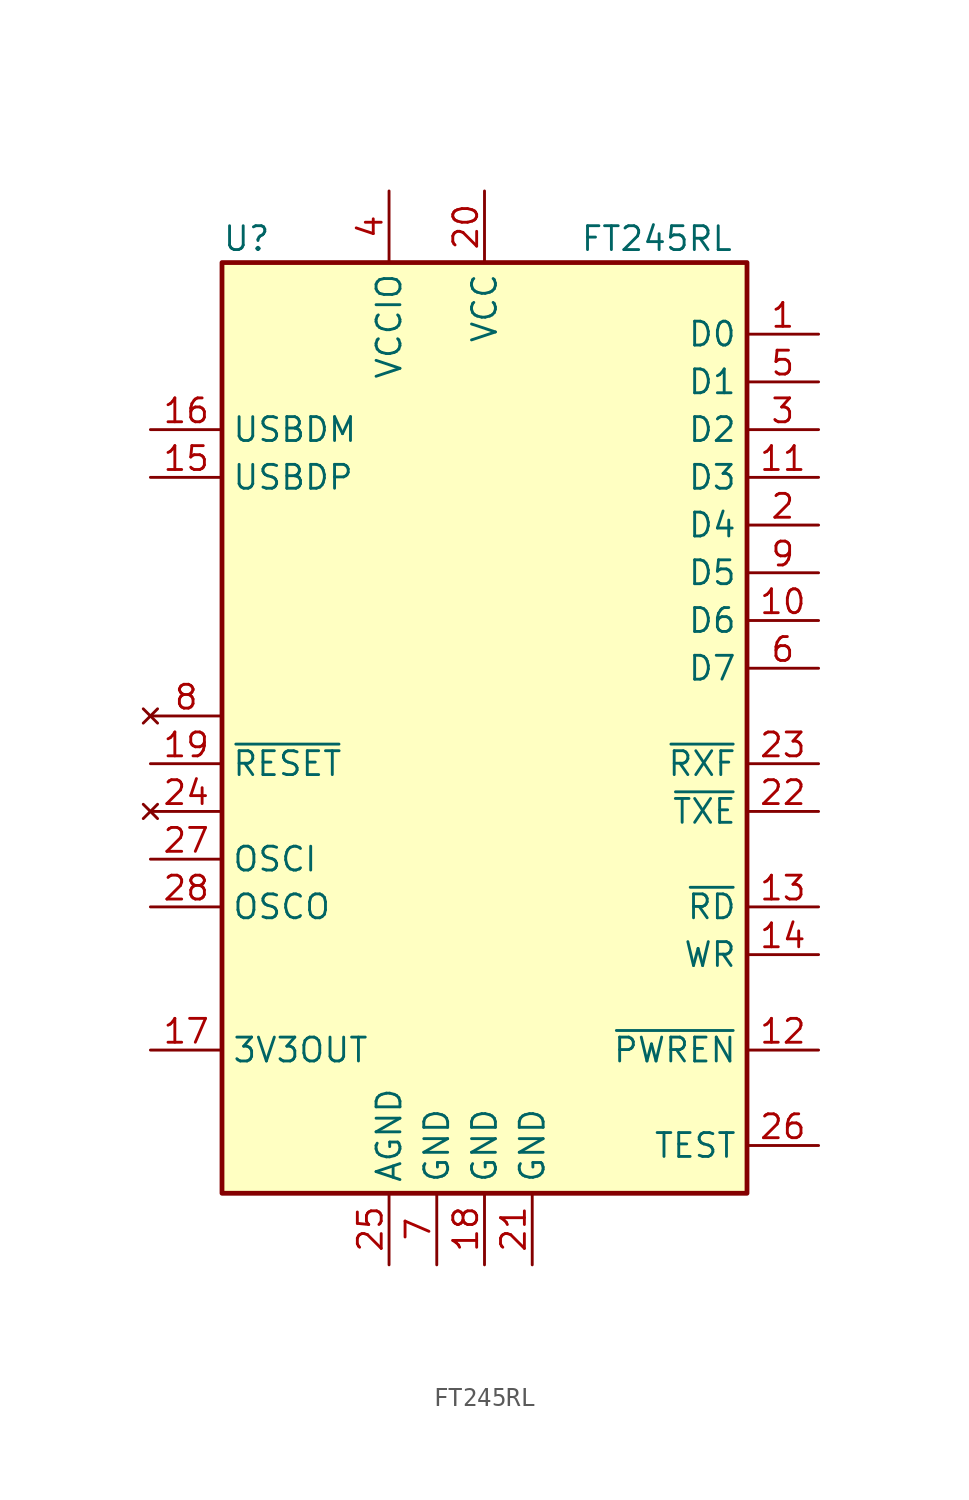
<source format=kicad_sym>
(kicad_symbol_lib
  (version 20241209)
  (generator "kicad_symbol_editor")
  (generator_version "9.0")
  (symbol "FT245RL"
    (property "Reference" "U"
      (at -13.97 27.94 0)
      (effects (font (size 1.27 1.27)) (justify left)))
    (property "Value" "FT245RL"
      (at 5.08 27.94 0)
      (effects (font (size 1.27 1.27)) (justify left)))
    (symbol "FT245RL_0_1"
      (rectangle (start -13.97 26.67) (end 13.97 -22.86) (stroke (width 0.254) (type default)) (fill (type background))))
    (symbol "FT245RL_1_1"
      (pin bidirectional line (at -17.78 17.78 0) (length 3.81) (name "USBDM" (effects (font (size 1.27 1.27)))) (number "16" (effects (font (size 1.27 1.27)))))
      (pin bidirectional line (at -17.78 15.24 0) (length 3.81) (name "USBDP" (effects (font (size 1.27 1.27)))) (number "15" (effects (font (size 1.27 1.27)))))
      (pin no_connect line (at -17.78 2.54 0) (length 3.81) (name "" (effects (font (size 1.27 1.27)))) (number "8" (effects (font (size 1.27 1.27)))))
      (pin input line (at -17.78 0 0) (length 3.81) (name "~{RESET}" (effects (font (size 1.27 1.27)))) (number "19" (effects (font (size 1.27 1.27)))))
      (pin no_connect line (at -17.78 -2.54 0) (length 3.81) (name "" (effects (font (size 1.27 1.27)))) (number "24" (effects (font (size 1.27 1.27)))))
      (pin input line (at -17.78 -5.08 0) (length 3.81) (name "OSCI" (effects (font (size 1.27 1.27)))) (number "27" (effects (font (size 1.27 1.27)))))
      (pin output line (at -17.78 -7.62 0) (length 3.81) (name "OSCO" (effects (font (size 1.27 1.27)))) (number "28" (effects (font (size 1.27 1.27)))))
      (pin power_out line (at -17.78 -15.24 0) (length 3.81) (name "3V3OUT" (effects (font (size 1.27 1.27)))) (number "17" (effects (font (size 1.27 1.27)))))
      (pin power_in line (at -5.08 30.48 270) (length 3.81) (name "VCCIO" (effects (font (size 1.27 1.27)))) (number "4" (effects (font (size 1.27 1.27)))))
      (pin power_in line (at -5.08 -26.67 90) (length 3.81) (name "AGND" (effects (font (size 1.27 1.27)))) (number "25" (effects (font (size 1.27 1.27)))))
      (pin power_in line (at -2.54 -26.67 90) (length 3.81) (name "GND" (effects (font (size 1.27 1.27)))) (number "7" (effects (font (size 1.27 1.27)))))
      (pin power_in line (at 0 30.48 270) (length 3.81) (name "VCC" (effects (font (size 1.27 1.27)))) (number "20" (effects (font (size 1.27 1.27)))))
      (pin power_in line (at 0 -26.67 90) (length 3.81) (name "GND" (effects (font (size 1.27 1.27)))) (number "18" (effects (font (size 1.27 1.27)))))
      (pin power_in line (at 2.54 -26.67 90) (length 3.81) (name "GND" (effects (font (size 1.27 1.27)))) (number "21" (effects (font (size 1.27 1.27)))))
      (pin bidirectional line (at 17.78 22.86 180) (length 3.81) (name "D0" (effects (font (size 1.27 1.27)))) (number "1" (effects (font (size 1.27 1.27)))))
      (pin bidirectional line (at 17.78 20.32 180) (length 3.81) (name "D1" (effects (font (size 1.27 1.27)))) (number "5" (effects (font (size 1.27 1.27)))))
      (pin bidirectional line (at 17.78 17.78 180) (length 3.81) (name "D2" (effects (font (size 1.27 1.27)))) (number "3" (effects (font (size 1.27 1.27)))))
      (pin bidirectional line (at 17.78 15.24 180) (length 3.81) (name "D3" (effects (font (size 1.27 1.27)))) (number "11" (effects (font (size 1.27 1.27)))))
      (pin bidirectional line (at 17.78 12.7 180) (length 3.81) (name "D4" (effects (font (size 1.27 1.27)))) (number "2" (effects (font (size 1.27 1.27)))))
      (pin bidirectional line (at 17.78 10.16 180) (length 3.81) (name "D5" (effects (font (size 1.27 1.27)))) (number "9" (effects (font (size 1.27 1.27)))))
      (pin bidirectional line (at 17.78 7.62 180) (length 3.81) (name "D6" (effects (font (size 1.27 1.27)))) (number "10" (effects (font (size 1.27 1.27)))))
      (pin bidirectional line (at 17.78 5.08 180) (length 3.81) (name "D7" (effects (font (size 1.27 1.27)))) (number "6" (effects (font (size 1.27 1.27)))))
      (pin output line (at 17.78 0 180) (length 3.81) (name "~{RXF}" (effects (font (size 1.27 1.27)))) (number "23" (effects (font (size 1.27 1.27)))))
      (pin output line (at 17.78 -2.54 180) (length 3.81) (name "~{TXE}" (effects (font (size 1.27 1.27)))) (number "22" (effects (font (size 1.27 1.27)))))
      (pin input line (at 17.78 -7.62 180) (length 3.81) (name "~{RD}" (effects (font (size 1.27 1.27)))) (number "13" (effects (font (size 1.27 1.27)))))
      (pin input line (at 17.78 -10.16 180) (length 3.81) (name "WR" (effects (font (size 1.27 1.27)))) (number "14" (effects (font (size 1.27 1.27)))))
      (pin output line (at 17.78 -15.24 180) (length 3.81) (name "~{PWREN}" (effects (font (size 1.27 1.27)))) (number "12" (effects (font (size 1.27 1.27)))))
      (pin input line (at 17.78 -20.32 180) (length 3.81) (name "TEST" (effects (font (size 1.27 1.27)))) (number "26" (effects (font (size 1.27 1.27))))))))
</source>
